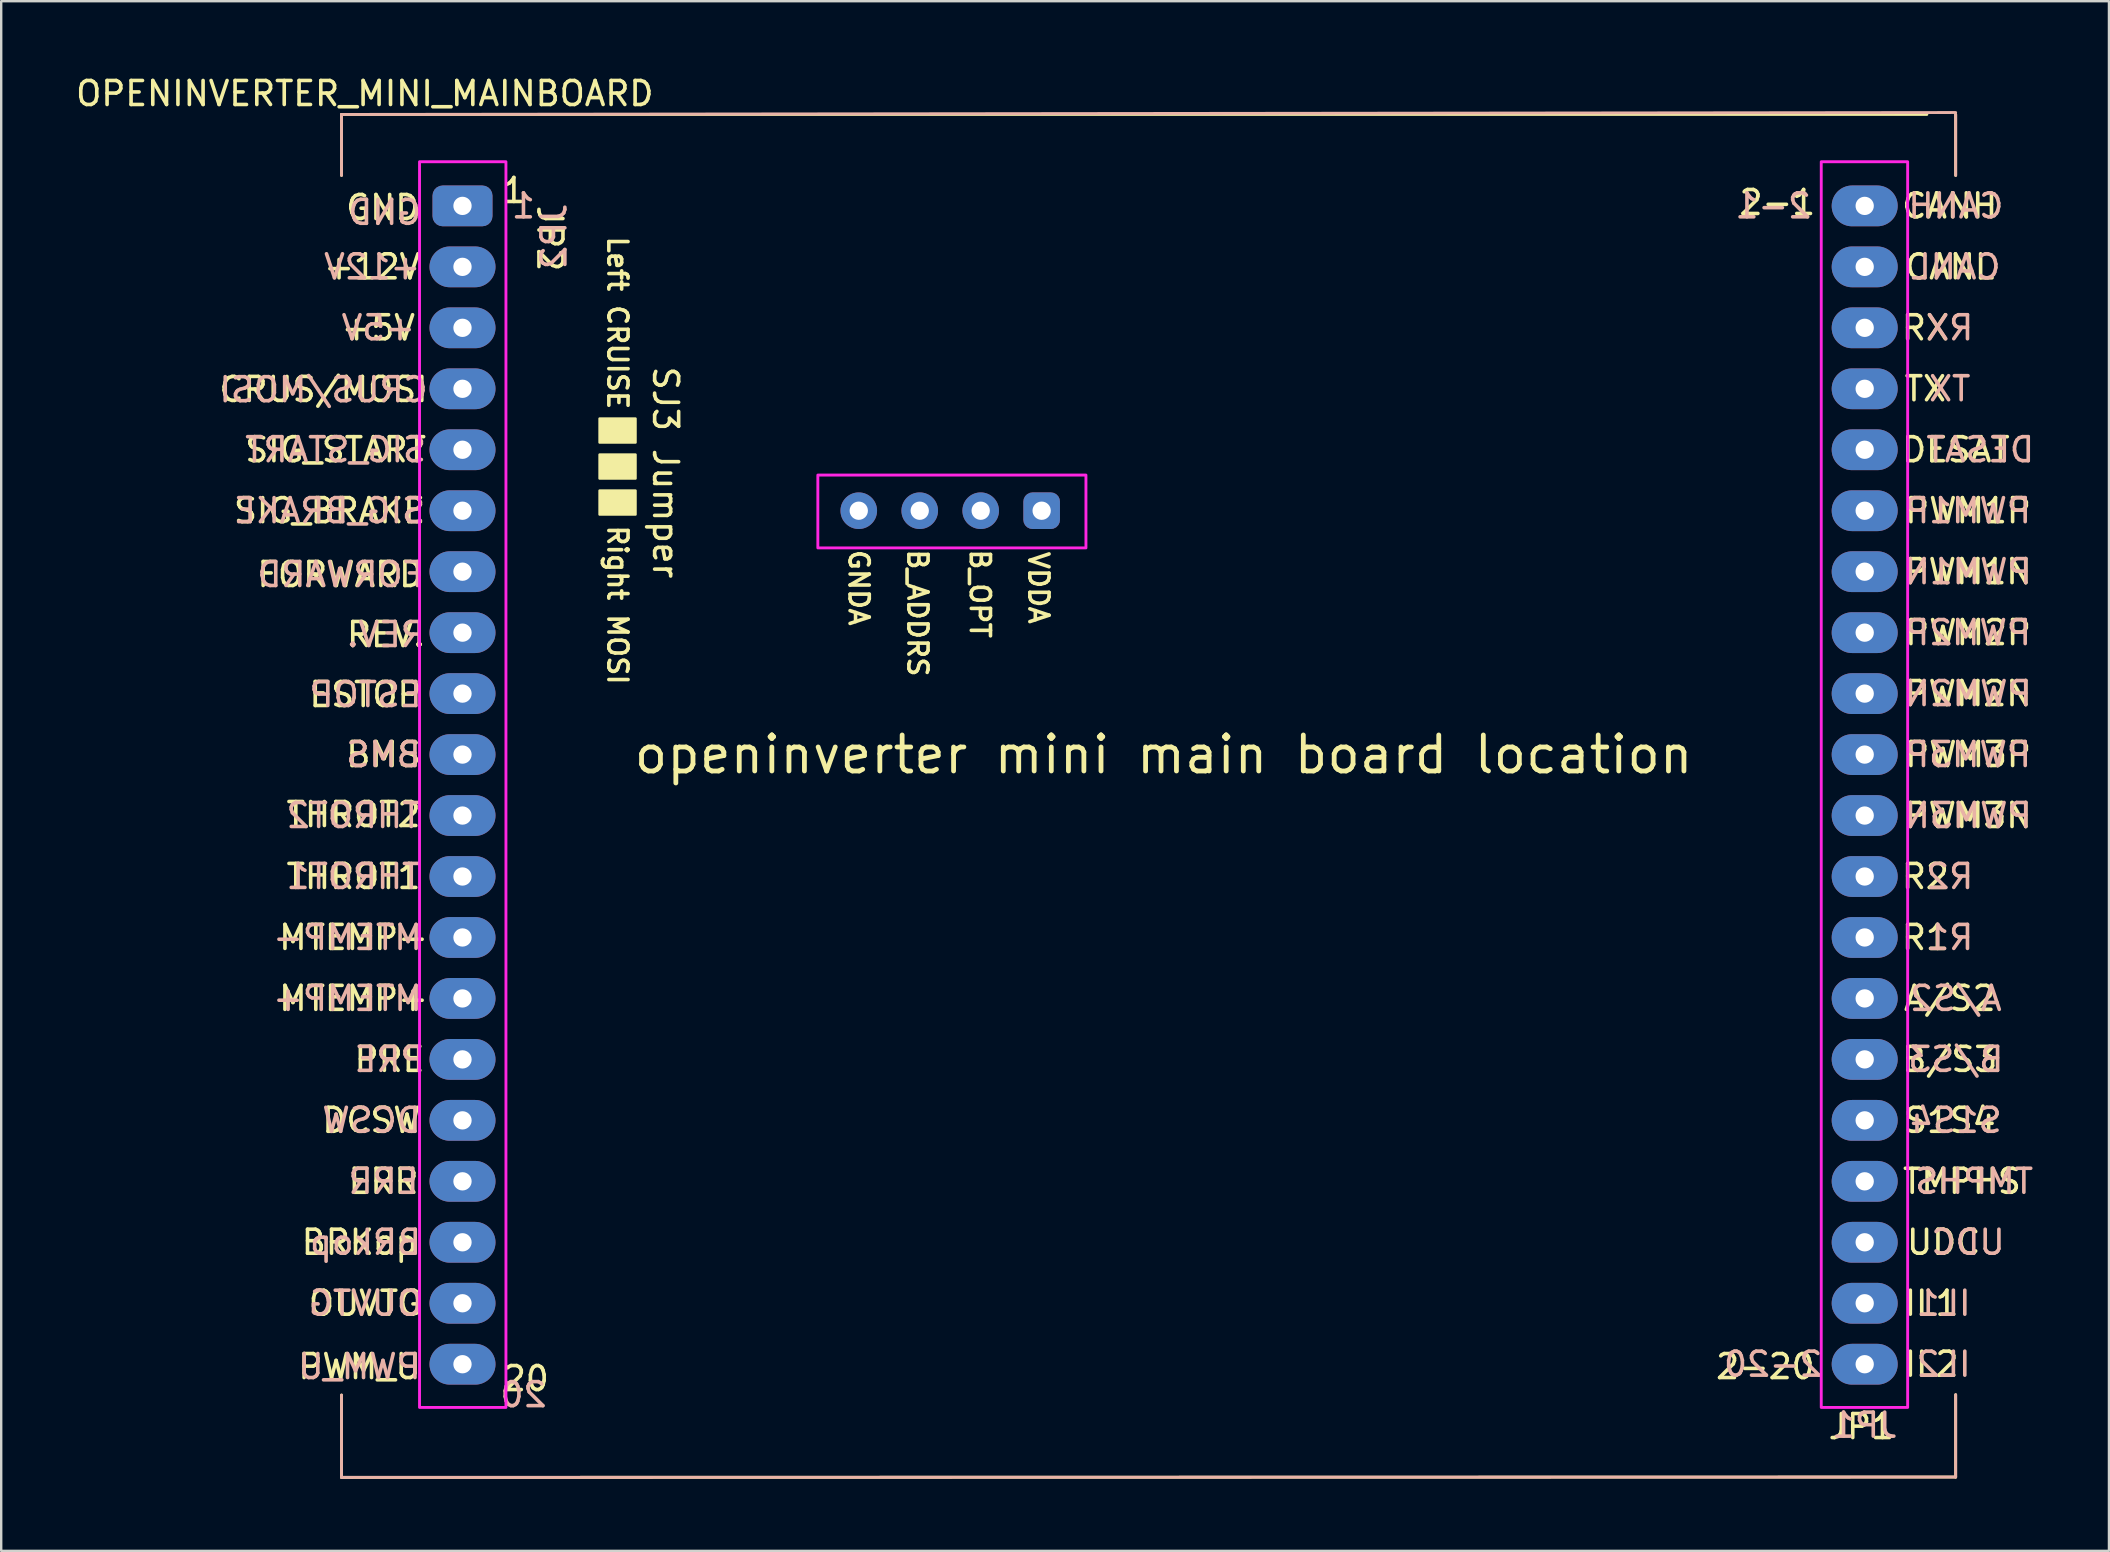
<source format=kicad_pcb>
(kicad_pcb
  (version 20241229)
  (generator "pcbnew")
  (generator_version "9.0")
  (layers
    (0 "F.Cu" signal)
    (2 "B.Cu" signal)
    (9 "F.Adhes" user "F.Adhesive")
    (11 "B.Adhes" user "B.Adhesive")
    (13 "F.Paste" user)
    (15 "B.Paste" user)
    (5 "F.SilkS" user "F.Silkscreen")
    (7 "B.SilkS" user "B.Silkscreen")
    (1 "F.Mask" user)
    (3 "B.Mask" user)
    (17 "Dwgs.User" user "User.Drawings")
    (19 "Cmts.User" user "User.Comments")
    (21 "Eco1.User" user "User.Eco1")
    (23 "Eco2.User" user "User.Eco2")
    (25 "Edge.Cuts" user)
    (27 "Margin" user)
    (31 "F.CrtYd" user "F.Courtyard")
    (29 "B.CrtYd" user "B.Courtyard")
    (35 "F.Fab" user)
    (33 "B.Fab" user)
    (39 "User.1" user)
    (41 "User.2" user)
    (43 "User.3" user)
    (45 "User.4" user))
  (footprint "OPENINVERTER_MINI_MAINBOARD"
    (layer "F.Cu")
    (at 45.429 28.388)
    (property "Reference" "OPENINVERTER_MINI_MAINBOARD" (at -33.28 -27.54 0) (layer "F.SilkS") (effects (font (size 1 1) (thickness 0.15))))
    (attr through_hole)
    (fp_line (start -34.25 -26.67) (end -34.25 -24.13) (stroke (width 0.12) (type solid)) (layer "F.SilkS"))
    (fp_line (start -34.25 30.115) (end -34.25 26.685) (stroke (width 0.12) (type solid)) (layer "F.SilkS"))
    (fp_line (start -34.25 30.115) (end 33 30.1) (stroke (width 0.12) (type solid)) (layer "F.SilkS"))
    (fp_line (start 31.8 -26.67) (end -34.25 -26.67) (stroke (width 0.12) (type solid)) (layer "F.SilkS"))
    (fp_line (start 33 -26.67) (end 33 -24.13) (stroke (width 0.12) (type solid)) (layer "F.SilkS"))
    (fp_line (start 33 30.1) (end 33 26.67) (stroke (width 0.12) (type solid)) (layer "F.SilkS"))
    (fp_poly (pts (xy -22 -13) (xy -23.5 -13) (xy -23.5 -14) (xy -22 -14)) (stroke (width 0.1) (type solid)) (fill yes) (layer "F.SilkS"))
    (fp_poly (pts (xy -22 -11.5) (xy -23.5 -11.5) (xy -23.5 -12.5) (xy -22 -12.5)) (stroke (width 0.1) (type solid)) (fill yes) (layer "F.SilkS"))
    (fp_poly (pts (xy -22 -10) (xy -23.5 -10) (xy -23.5 -11) (xy -22 -11)) (stroke (width 0.1) (type solid)) (fill yes) (layer "F.SilkS"))
    (fp_line (start -34.25 -26.67) (end -34.25 -24.13) (stroke (width 0.12) (type solid)) (layer "B.SilkS"))
    (fp_line (start -34.25 -26.67) (end 33 -26.75) (stroke (width 0.12) (type solid)) (layer "B.SilkS"))
    (fp_line (start -34.25 30.115) (end -34.25 26.685) (stroke (width 0.12) (type solid)) (layer "B.SilkS"))
    (fp_line (start 33 -26.67) (end 33 -24.13) (stroke (width 0.12) (type solid)) (layer "B.SilkS"))
    (fp_line (start 33 30.1) (end -34.25 30.115) (stroke (width 0.12) (type solid)) (layer "B.SilkS"))
    (fp_line (start 33 30.1) (end 33 26.67) (stroke (width 0.12) (type solid)) (layer "B.SilkS"))
    (fp_rect (start -31 -24.7) (end -27.4 27.2) (stroke (width 0.12) (type solid)) (fill no) (layer "F.CrtYd"))
    (fp_rect (start -14.405 -11.645) (end -3.235 -8.61) (stroke (width 0.12) (type solid)) (fill no) (layer "F.CrtYd"))
    (fp_rect (start 27.4 -24.7) (end 31 27.2) (stroke (width 0.12) (type solid)) (fill no) (layer "F.CrtYd"))
    (fp_text user "MTEMP-" (at -33.75 7.62 0) (layer "F.SilkS") (effects (font (size 1 1) (thickness 0.15))))
    (fp_text user "VDDA" (at -5.21 -6.95 270) (unlocked yes) (layer "F.SilkS") (effects (font (size 0.8 0.8) (thickness 0.15))))
    (fp_text user "GND" (at -32.53 -22.79 0) (layer "F.SilkS") (effects (font (size 1 1) (thickness 0.15))))
    (fp_text user "UDC" (at 32.5 20.32 0) (layer "F.SilkS") (effects (font (size 1 1) (thickness 0.15))))
    (fp_text user "openinverter mini main board location" (at 0 0 0) (layer "F.SilkS") (effects (font (size 1.5 1.5) (thickness 0.2))))
    (fp_text user "JP2" (at -25.57 -21.5 270) (unlocked yes) (layer "F.SilkS") (effects (font (size 1 1) (thickness 0.15))))
    (fp_text user "1" (at -27.07 -23.5 0) (layer "F.SilkS") (effects (font (size 1 1) (thickness 0.15))))
    (fp_text user "PWM1P" (at 33.516 -10.16 0) (layer "F.SilkS") (effects (font (size 1 1) (thickness 0.15))))
    (fp_text user "R2" (at 31.738 5.08 0) (layer "F.SilkS") (effects (font (size 1 1) (thickness 0.15))))
    (fp_text user "PWM1N" (at 33.516 -7.62 0) (layer "F.SilkS") (effects (font (size 1 1) (thickness 0.15))))
    (fp_text user "TX" (at 31.738 -15.24 0) (layer "F.SilkS") (effects (font (size 1 1) (thickness 0.15))))
    (fp_text user "PWM_U" (at -33.5 25.5 0) (layer "F.SilkS") (effects (font (size 1 1) (thickness 0.15))))
    (fp_text user "JP1" (at 29.07 28 0) (layer "F.SilkS") (effects (font (size 1 1) (thickness 0.15))))
    (fp_text user "IL1" (at 31.992 22.86 0) (layer "F.SilkS") (effects (font (size 1 1) (thickness 0.15))))
    (fp_text user "FORWARD" (at -34.3 -7.5 0) (layer "F.SilkS") (effects (font (size 1 1) (thickness 0.15))))
    (fp_text user "BRKop" (at -33.5 20.32 0) (layer "F.SilkS") (effects (font (size 1 1) (thickness 0.15))))
    (fp_text user "S1S4" (at 32.754 15.24 0) (layer "F.SilkS") (effects (font (size 1 1) (thickness 0.15))))
    (fp_text user "GNDA" (at -12.7 -6.95 270) (unlocked yes) (layer "F.SilkS") (effects (font (size 0.8 0.8) (thickness 0.15))))
    (fp_text user "PWM3N" (at 33.516 2.54 0) (layer "F.SilkS") (effects (font (size 1 1) (thickness 0.15))))
    (fp_text user "DESAT" (at 33.008 -12.7 0) (layer "F.SilkS") (effects (font (size 1 1) (thickness 0.15))))
    (fp_text user "+5V" (at -32.718 -17.78 0) (layer "F.SilkS") (effects (font (size 1 1) (thickness 0.15))))
    (fp_text user "PWM2N" (at 33.516 -2.54 0) (layer "F.SilkS") (effects (font (size 1 1) (thickness 0.15))))
    (fp_text user "+12V" (at -32.972 -20.32 0) (layer "F.SilkS") (effects (font (size 1 1) (thickness 0.15))))
    (fp_text user "THROT2" (at -33.75 2.5 0) (layer "F.SilkS") (effects (font (size 1 1) (thickness 0.15))))
    (fp_text user "PRE" (at -32.25 12.7 0) (layer "F.SilkS") (effects (font (size 1 1) (thickness 0.15))))
    (fp_text user "MTEMP+" (at -33.75 10.16 0) (layer "F.SilkS") (effects (font (size 1 1) (thickness 0.15))))
    (fp_text user "B_OPT" (at -7.65 -6.7 270) (unlocked yes) (layer "F.SilkS") (effects (font (size 0.8 0.8) (thickness 0.15))))
    (fp_text user "THROT1" (at -33.75 5.08 0) (layer "F.SilkS") (effects (font (size 1 1) (thickness 0.15))))
    (fp_text user "SJ3 Jumper" (at -20.75 -11.75 270) (unlocked yes) (layer "F.SilkS") (effects (font (size 1 1) (thickness 0.15))))
    (fp_text user "2-20" (at 25.07 25.5 0) (layer "F.SilkS") (effects (font (size 1 1) (thickness 0.15))))
    (fp_text user "ESTOP" (at -33.25 -2.5 0) (layer "F.SilkS") (effects (font (size 1 1) (thickness 0.15))))
    (fp_text user "CANL" (at 32.754 -20.32 0) (layer "F.SilkS") (effects (font (size 1 1) (thickness 0.15))))
    (fp_text user "CRUS/MOSI" (at -35 -15.21 0) (layer "F.SilkS") (effects (font (size 1 1) (thickness 0.15))))
    (fp_text user "BMS" (at -32.5 0 0) (layer "F.SilkS") (effects (font (size 1 1) (thickness 0.15))))
    (fp_text user "DCSW" (at -33 15.24 0) (layer "F.SilkS") (effects (font (size 1 1) (thickness 0.15))))
    (fp_text user "OUVTG" (at -33.25 22.86 0) (layer "F.SilkS") (effects (font (size 1 1) (thickness 0.15))))
    (fp_text user "REV." (at -32.4 -5 0) (layer "F.SilkS") (effects (font (size 1 1) (thickness 0.15))))
    (fp_text user "A/S2" (at 32.754 10.16 0) (layer "F.SilkS") (effects (font (size 1 1) (thickness 0.15))))
    (fp_text user "R1" (at 31.738 7.62 0) (layer "F.SilkS") (effects (font (size 1 1) (thickness 0.15))))
    (fp_text user "PWM3P" (at 33.516 0 0) (layer "F.SilkS") (effects (font (size 1 1) (thickness 0.15))))
    (fp_text user "SIG_START" (at -34.496 -12.7 0) (layer "F.SilkS") (effects (font (size 1 1) (thickness 0.15))))
    (fp_text user "20" (at -26.57 26 0) (layer "F.SilkS") (effects (font (size 1 1) (thickness 0.15))))
    (fp_text user "TMPHS" (at 33.262 17.78 0) (layer "F.SilkS") (effects (font (size 1 1) (thickness 0.15))))
    (fp_text user "RX" (at 31.738 -17.78 0) (layer "F.SilkS") (effects (font (size 1 1) (thickness 0.15))))
    (fp_text user "PWM2P" (at 33.516 -5.08 0) (layer "F.SilkS") (effects (font (size 1 1) (thickness 0.15))))
    (fp_text user "SIG_BRAKE" (at -34.75 -10.16 0) (layer "F.SilkS") (effects (font (size 1 1) (thickness 0.15))))
    (fp_text user "B/S3" (at 32.754 12.7 0) (layer "F.SilkS") (effects (font (size 1 1) (thickness 0.15))))
    (fp_text user "CANH" (at 32.754 -22.86 0) (layer "F.SilkS") (effects (font (size 1 1) (thickness 0.15))))
    (fp_text user "ERR" (at -32.5 17.78 0) (layer "F.SilkS") (effects (font (size 1 1) (thickness 0.15))))
    (fp_text user "B_ADDRS" (at -10.25 -5.9 270) (unlocked yes) (layer "F.SilkS") (effects (font (size 0.8 0.8) (thickness 0.15))))
    (fp_text user "Left CRUISE        Right MOSI" (at -22.75 -12.25 270) (unlocked yes) (layer "F.SilkS") (effects (font (size 0.8 0.8) (thickness 0.15))))
    (fp_text user "IL2" (at 31.992 25.4 0) (layer "F.SilkS") (effects (font (size 1 1) (thickness 0.15))))
    (fp_text user "2-1" (at 25.57 -23 0) (layer "F.SilkS") (effects (font (size 1 1) (thickness 0.15))))
    (fp_text user "IL1" (at 32.5 22.86 0) (layer "B.SilkS") (effects (font (size 1 1) (thickness 0.15)) (justify mirror)))
    (fp_text user "2-1" (at 25.4 -22.86 0) (layer "B.SilkS") (effects (font (size 1 1) (thickness 0.15)) (justify mirror)))
    (fp_text user "1" (at -26.67 -22.86 0) (layer "B.SilkS") (effects (font (size 1 1) (thickness 0.15)) (justify mirror)))
    (fp_text user "PWM2N" (at 33.516 -2.54 0) (layer "B.SilkS") (effects (font (size 1 1) (thickness 0.15)) (justify mirror)))
    (fp_text user "SIG_BRAKE" (at -34.75 -10.16 0) (layer "B.SilkS") (effects (font (size 1 1) (thickness 0.15)) (justify mirror)))
    (fp_text user "PRE" (at -32.25 12.7 0) (layer "B.SilkS") (effects (font (size 1 1) (thickness 0.15)) (justify mirror)))
    (fp_text user "MTEMP+" (at -34 10.16 0) (layer "B.SilkS") (effects (font (size 1 1) (thickness 0.15)) (justify mirror)))
    (fp_text user "DCSW" (at -33 15.24 0) (layer "B.SilkS") (effects (font (size 1 1) (thickness 0.15)) (justify mirror)))
    (fp_text user "S1S4" (at 33.008 15.24 0) (layer "B.SilkS") (effects (font (size 1 1) (thickness 0.15)) (justify mirror)))
    (fp_text user "THROT2" (at -33.75 2.54 0) (layer "B.SilkS") (effects (font (size 1 1) (thickness 0.15)) (justify mirror)))
    (fp_text user "PWM1N" (at 33.516 -7.62 0) (layer "B.SilkS") (effects (font (size 1 1) (thickness 0.15)) (justify mirror)))
    (fp_text user "DESAT" (at 34.024 -12.7 0) (layer "B.SilkS") (effects (font (size 1 1) (thickness 0.15)) (justify mirror)))
    (fp_text user "B/S3" (at 33.008 12.7 0) (layer "B.SilkS") (effects (font (size 1 1) (thickness 0.15)) (justify mirror)))
    (fp_text user "PWM3N" (at 33.516 2.54 0) (layer "B.SilkS") (effects (font (size 1 1) (thickness 0.15)) (justify mirror)))
    (fp_text user "JP2" (at -25.4 -21.59 90) (unlocked yes) (layer "B.SilkS") (effects (font (size 1 1) (thickness 0.15)) (justify mirror)))
    (fp_text user "CANH" (at 33.008 -22.86 0) (layer "B.SilkS") (effects (font (size 1 1) (thickness 0.15)) (justify mirror)))
    (fp_text user "PWM_U" (at -33.5 25.5 0) (layer "B.SilkS") (effects (font (size 1 1) (thickness 0.15)) (justify mirror)))
    (fp_text user "R1" (at 32.754 7.62 0) (layer "B.SilkS") (effects (font (size 1 1) (thickness 0.15)) (justify mirror)))
    (fp_text user "+5V" (at -32.718 -17.78 0) (layer "B.SilkS") (effects (font (size 1 1) (thickness 0.15)) (justify mirror)))
    (fp_text user "THROT1" (at -33.75 5.08 0) (layer "B.SilkS") (effects (font (size 1 1) (thickness 0.15)) (justify mirror)))
    (fp_text user "PWM2P" (at 33.516 -5.08 0) (layer "B.SilkS") (effects (font (size 1 1) (thickness 0.15)) (justify mirror)))
    (fp_text user "RX" (at 32.754 -17.78 0) (layer "B.SilkS") (effects (font (size 1 1) (thickness 0.15)) (justify mirror)))
    (fp_text user "FORWARD" (at -34.3 -7.5 0) (layer "B.SilkS") (effects (font (size 1 1) (thickness 0.15)) (justify mirror)))
    (fp_text user "PWM1P" (at 33.516 -10.16 0) (layer "B.SilkS") (effects (font (size 1 1) (thickness 0.15)) (justify mirror)))
    (fp_text user "TX" (at 32.754 -15.24 0) (layer "B.SilkS") (effects (font (size 1 1) (thickness 0.15)) (justify mirror)))
    (fp_text user "20" (at -26.67 26.67 0) (layer "B.SilkS") (effects (font (size 1 1) (thickness 0.15)) (justify mirror)))
    (fp_text user "BMS" (at -32.5 0 0) (layer "B.SilkS") (effects (font (size 1 1) (thickness 0.15)) (justify mirror)))
    (fp_text user "IL2" (at 32.5 25.4 0) (layer "B.SilkS") (effects (font (size 1 1) (thickness 0.15)) (justify mirror)))
    (fp_text user "GND" (at -32.45 -22.59 0) (layer "B.SilkS") (effects (font (size 1 1) (thickness 0.15)) (justify mirror)))
    (fp_text user "2-20" (at 25.4 25.4 0) (layer "B.SilkS") (effects (font (size 1 1) (thickness 0.15)) (justify mirror)))
    (fp_text user "CANL" (at 33.008 -20.32 0) (layer "B.SilkS") (effects (font (size 1 1) (thickness 0.15)) (justify mirror)))
    (fp_text user "REV." (at -32.4 -5 0) (layer "B.SilkS") (effects (font (size 1 1) (thickness 0.15)) (justify mirror)))
    (fp_text user "TMPHS" (at 33.77 17.78 0) (layer "B.SilkS") (effects (font (size 1 1) (thickness 0.15)) (justify mirror)))
    (fp_text user "R2" (at 32.754 5.08 0) (layer "B.SilkS") (effects (font (size 1 1) (thickness 0.15)) (justify mirror)))
    (fp_text user "OUVTG" (at -33.25 22.86 0) (layer "B.SilkS") (effects (font (size 1 1) (thickness 0.15)) (justify mirror)))
    (fp_text user "+12V" (at -32.972 -20.32 0) (layer "B.SilkS") (effects (font (size 1 1) (thickness 0.15)) (justify mirror)))
    (fp_text user "CRUS/MOSI" (at -35 -15.2 0) (layer "B.SilkS") (effects (font (size 1 1) (thickness 0.15)) (justify mirror)))
    (fp_text user "A/S2" (at 33.008 10.16 0) (layer "B.SilkS") (effects (font (size 1 1) (thickness 0.15)) (justify mirror)))
    (fp_text user "UDC" (at 33.516 20.32 0) (layer "B.SilkS") (effects (font (size 1 1) (thickness 0.15)) (justify mirror)))
    (fp_text user "MTEMP-" (at -34 7.62 0) (layer "B.SilkS") (effects (font (size 1 1) (thickness 0.15)) (justify mirror)))
    (fp_text user "PWM3P" (at 33.516 0 0) (layer "B.SilkS") (effects (font (size 1 1) (thickness 0.15)) (justify mirror)))
    (fp_text user "ERR" (at -32.5 17.78 0) (layer "B.SilkS") (effects (font (size 1 1) (thickness 0.15)) (justify mirror)))
    (fp_text user "SIG_START" (at -34.496 -12.7 0) (layer "B.SilkS") (effects (font (size 1 1) (thickness 0.15)) (justify mirror)))
    (fp_text user "BRkop" (at -33.25 20.32 0) (layer "B.SilkS") (effects (font (size 1 1) (thickness 0.15)) (justify mirror)))
    (fp_text user "JP1" (at 29.21 27.94 0) (layer "B.SilkS") (effects (font (size 1 1) (thickness 0.15)) (justify mirror)))
    (fp_text user "ESTOP" (at -33.25 -2.5 0) (layer "B.SilkS") (effects (font (size 1 1) (thickness 0.15)) (justify mirror)))
    (pad "1" thru_hole roundrect (at -29.21 -22.86) (size 2.5 1.7) (drill 0.762) (layers "*.Cu" "*.Mask") (roundrect_rratio 0.25))
    (pad "2" thru_hole oval (at -29.21 -20.32) (size 2.75 1.7) (drill 0.762) (layers "*.Cu" "*.Mask"))
    (pad "2-1" thru_hole oval (at 29.21 -22.86) (size 2.75 1.7) (drill 0.762) (layers "*.Cu" "*.Mask"))
    (pad "2-2" thru_hole oval (at 29.21 -20.32) (size 2.75 1.7) (drill 0.762) (layers "*.Cu" "*.Mask"))
    (pad "2-3" thru_hole oval (at 29.21 -17.78) (size 2.75 1.7) (drill 0.762) (layers "*.Cu" "*.Mask"))
    (pad "2-4" thru_hole oval (at 29.21 -15.24) (size 2.75 1.7) (drill 0.762) (layers "*.Cu" "*.Mask"))
    (pad "2-5" thru_hole oval (at 29.21 -12.7) (size 2.75 1.7) (drill 0.762) (layers "*.Cu" "*.Mask"))
    (pad "2-6" thru_hole oval (at 29.21 -10.16) (size 2.75 1.7) (drill 0.762) (layers "*.Cu" "*.Mask"))
    (pad "2-7" thru_hole oval (at 29.21 -7.62) (size 2.75 1.7) (drill 0.762) (layers "*.Cu" "*.Mask"))
    (pad "2-8" thru_hole oval (at 29.21 -5.08) (size 2.75 1.7) (drill 0.762) (layers "*.Cu" "*.Mask"))
    (pad "2-9" thru_hole oval (at 29.21 -2.54) (size 2.75 1.7) (drill 0.762) (layers "*.Cu" "*.Mask"))
    (pad "2-10" thru_hole oval (at 29.21 0) (size 2.75 1.7) (drill 0.762) (layers "*.Cu" "*.Mask"))
    (pad "2-11" thru_hole oval (at 29.21 2.54) (size 2.75 1.7) (drill 0.762) (layers "*.Cu" "*.Mask"))
    (pad "2-12" thru_hole oval (at 29.21 5.08) (size 2.75 1.7) (drill 0.762) (layers "*.Cu" "*.Mask"))
    (pad "2-13" thru_hole oval (at 29.21 7.62) (size 2.75 1.7) (drill 0.762) (layers "*.Cu" "*.Mask"))
    (pad "2-14" thru_hole oval (at 29.21 10.16) (size 2.75 1.7) (drill 0.762) (layers "*.Cu" "*.Mask"))
    (pad "2-15" thru_hole oval (at 29.21 12.7) (size 2.75 1.7) (drill 0.762) (layers "*.Cu" "*.Mask"))
    (pad "2-16" thru_hole oval (at 29.21 15.24) (size 2.75 1.7) (drill 0.762) (layers "*.Cu" "*.Mask"))
    (pad "2-17" thru_hole oval (at 29.21 17.78) (size 2.75 1.7) (drill 0.762) (layers "*.Cu" "*.Mask"))
    (pad "2-18" thru_hole oval (at 29.21 20.32) (size 2.75 1.7) (drill 0.762) (layers "*.Cu" "*.Mask"))
    (pad "2-19" thru_hole oval (at 29.21 22.86) (size 2.75 1.7) (drill 0.762) (layers "*.Cu" "*.Mask"))
    (pad "2-20" thru_hole oval (at 29.21 25.4) (size 2.75 1.7) (drill 0.762) (layers "*.Cu" "*.Mask"))
    (pad "3" thru_hole oval (at -29.21 -17.78) (size 2.75 1.7) (drill 0.762) (layers "*.Cu" "*.Mask"))
    (pad "4" thru_hole oval (at -29.21 -15.24) (size 2.75 1.7) (drill 0.762) (layers "*.Cu" "*.Mask"))
    (pad "5" thru_hole oval (at -29.21 -12.7) (size 2.75 1.7) (drill 0.762) (layers "*.Cu" "*.Mask"))
    (pad "6" thru_hole oval (at -29.21 -10.16) (size 2.75 1.7) (drill 0.762) (layers "*.Cu" "*.Mask"))
    (pad "7" thru_hole oval (at -29.21 -7.62) (size 2.75 1.7) (drill 0.762) (layers "*.Cu" "*.Mask"))
    (pad "8" thru_hole oval (at -29.21 -5.08) (size 2.75 1.7) (drill 0.762) (layers "*.Cu" "*.Mask"))
    (pad "9" thru_hole oval (at -29.21 -2.54) (size 2.75 1.7) (drill 0.762) (layers "*.Cu" "*.Mask"))
    (pad "10" thru_hole oval (at -29.21 0) (size 2.75 1.7) (drill 0.762) (layers "*.Cu" "*.Mask"))
    (pad "11" thru_hole oval (at -29.21 2.54) (size 2.75 1.7) (drill 0.762) (layers "*.Cu" "*.Mask"))
    (pad "12" thru_hole oval (at -29.21 5.08) (size 2.75 1.7) (drill 0.762) (layers "*.Cu" "*.Mask"))
    (pad "13" thru_hole oval (at -29.21 7.62) (size 2.75 1.7) (drill 0.762) (layers "*.Cu" "*.Mask"))
    (pad "14" thru_hole oval (at -29.21 10.16) (size 2.75 1.7) (drill 0.762) (layers "*.Cu" "*.Mask"))
    (pad "15" thru_hole oval (at -29.21 12.7) (size 2.75 1.7) (drill 0.762) (layers "*.Cu" "*.Mask"))
    (pad "16" thru_hole oval (at -29.21 15.24) (size 2.75 1.7) (drill 0.762) (layers "*.Cu" "*.Mask"))
    (pad "17" thru_hole oval (at -29.21 17.78) (size 2.75 1.7) (drill 0.762) (layers "*.Cu" "*.Mask"))
    (pad "18" thru_hole oval (at -29.21 20.32) (size 2.75 1.7) (drill 0.762) (layers "*.Cu" "*.Mask"))
    (pad "19" thru_hole oval (at -29.21 22.86) (size 2.75 1.7) (drill 0.762) (layers "*.Cu" "*.Mask"))
    (pad "20" thru_hole oval (at -29.21 25.4) (size 2.75 1.7) (drill 0.762) (layers "*.Cu" "*.Mask"))
    (pad "B_ADDRS" thru_hole circle (at -10.16 -10.16) (size 1.524 1.524) (drill 0.762) (layers "*.Cu" "*.Mask"))
    (pad "B_OPT" thru_hole circle (at -7.62 -10.16) (size 1.524 1.524) (drill 0.762) (layers "*.Cu" "*.Mask"))
    (pad "GNDA" thru_hole circle (at -12.7 -10.16) (size 1.524 1.524) (drill 0.762) (layers "*.Cu" "*.Mask"))
    (pad "VDDA" thru_hole roundrect (at -5.08 -10.16) (size 1.524 1.524) (drill 0.762) (layers "*.Cu" "*.Mask") (roundrect_rratio 0.25)))
  (gr_rect
    (start -3 -3)
    (end 84.816 61.563)
    (stroke (width 0.1) (type default))
    (fill no)
    (layer "Edge.Cuts")))
</source>
